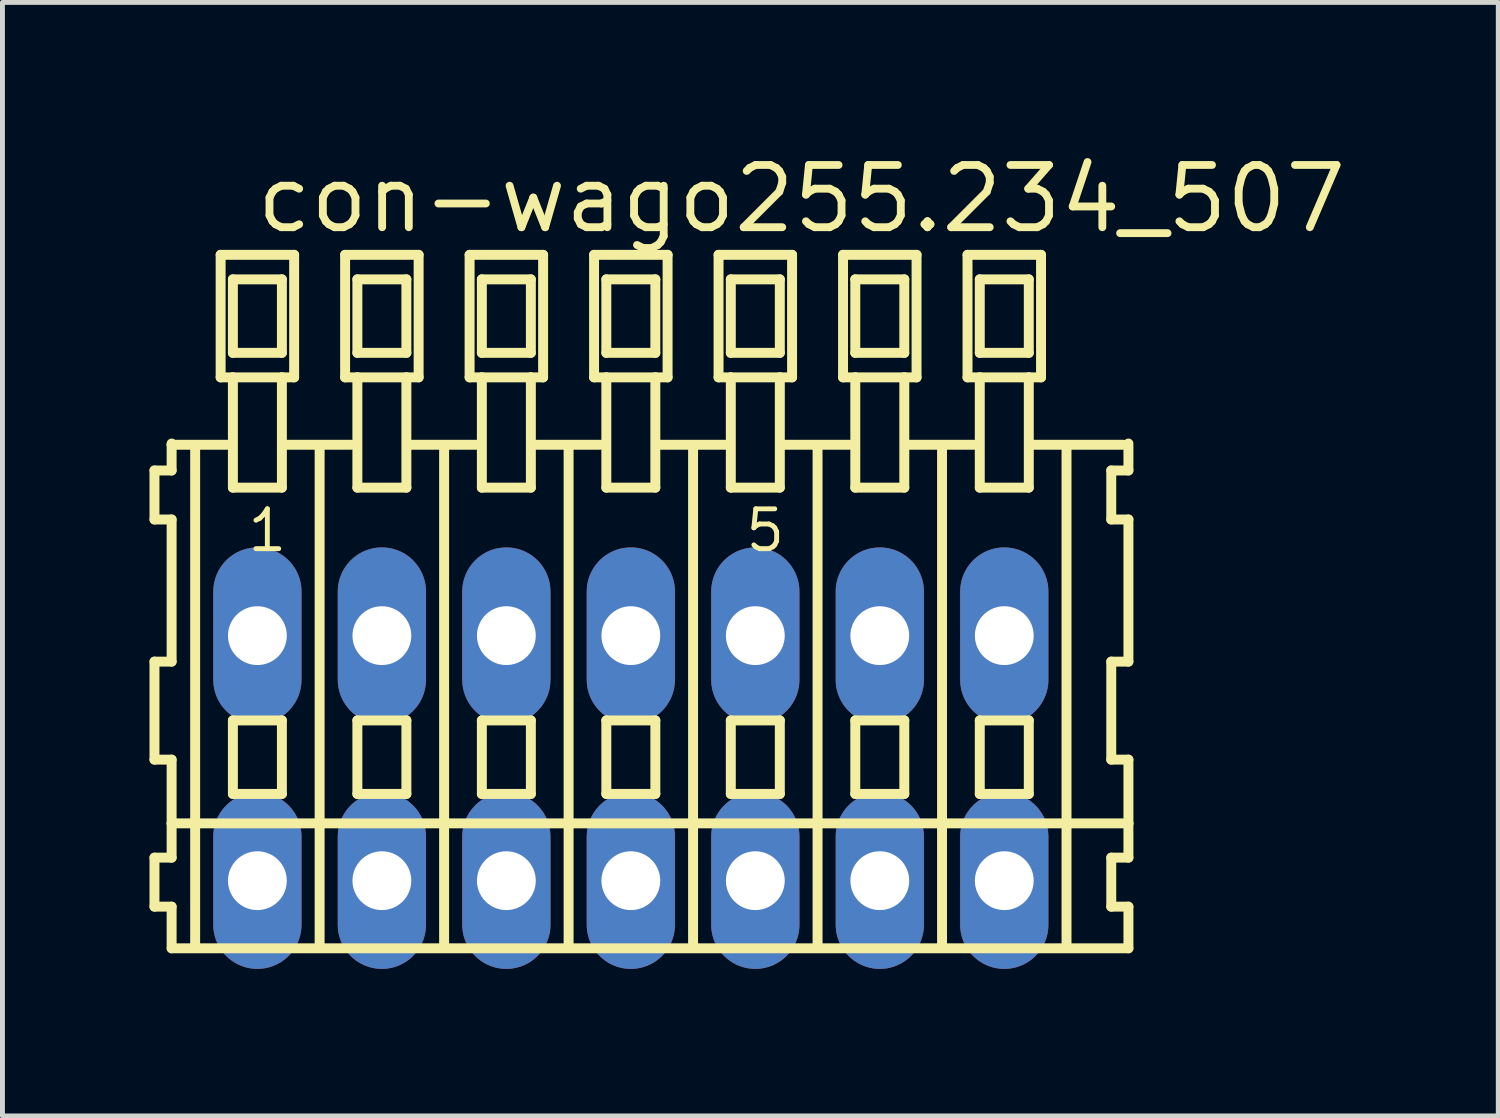
<source format=kicad_pcb>
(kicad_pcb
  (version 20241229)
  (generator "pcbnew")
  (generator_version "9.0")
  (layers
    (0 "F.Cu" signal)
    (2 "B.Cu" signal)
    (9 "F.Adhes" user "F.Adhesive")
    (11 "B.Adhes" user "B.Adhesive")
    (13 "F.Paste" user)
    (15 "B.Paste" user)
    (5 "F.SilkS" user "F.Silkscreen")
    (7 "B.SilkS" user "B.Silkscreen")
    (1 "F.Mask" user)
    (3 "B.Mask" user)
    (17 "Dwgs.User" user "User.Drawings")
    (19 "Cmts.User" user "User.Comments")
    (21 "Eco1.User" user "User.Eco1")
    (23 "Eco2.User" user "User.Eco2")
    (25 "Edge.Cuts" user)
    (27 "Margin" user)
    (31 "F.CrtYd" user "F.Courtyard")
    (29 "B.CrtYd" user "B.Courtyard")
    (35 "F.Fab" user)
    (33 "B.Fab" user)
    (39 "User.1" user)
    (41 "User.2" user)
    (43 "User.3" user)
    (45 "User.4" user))
  (footprint "con-wago255.234_507"
    (layer "F.Cu")
    (at 9.822 12.42)
    (property "Reference" "con-wago255.234_507" (at -7.72 -10.67 0) (layer "F.SilkS") (effects (font (size 1.27 1.27) (thickness 0.16)) (justify left bottom)))
    (attr through_hole)
    (fp_line (start -9.72 -5.87) (end -9.72 -4.87) (stroke (width 0.203) (type default)) (layer "F.SilkS"))
    (fp_line (start -9.72 -4.87) (end -9.37 -4.87) (stroke (width 0.203) (type default)) (layer "F.SilkS"))
    (fp_line (start -9.72 -1.97) (end -9.72 0.03) (stroke (width 0.203) (type default)) (layer "F.SilkS"))
    (fp_line (start -9.72 0.03) (end -9.37 0.03) (stroke (width 0.203) (type default)) (layer "F.SilkS"))
    (fp_line (start -9.72 2.03) (end -9.72 3.03) (stroke (width 0.203) (type default)) (layer "F.SilkS"))
    (fp_line (start -9.72 3.03) (end -9.37 3.03) (stroke (width 0.203) (type default)) (layer "F.SilkS"))
    (fp_line (start -9.37 -6.42) (end -9.37 -6.395) (stroke (width 0.203) (type default)) (layer "F.SilkS"))
    (fp_line (start -9.37 -6.395) (end -9.37 -5.87) (stroke (width 0.203) (type default)) (layer "F.SilkS"))
    (fp_line (start -9.37 -6.395) (end -8.245 -6.395) (stroke (width 0.203) (type default)) (layer "F.SilkS"))
    (fp_line (start -9.37 -5.87) (end -9.72 -5.87) (stroke (width 0.203) (type default)) (layer "F.SilkS"))
    (fp_line (start -9.37 -4.87) (end -9.37 -1.97) (stroke (width 0.203) (type default)) (layer "F.SilkS"))
    (fp_line (start -9.37 -1.97) (end -9.72 -1.97) (stroke (width 0.203) (type default)) (layer "F.SilkS"))
    (fp_line (start -9.37 0.03) (end -9.37 1.33) (stroke (width 0.203) (type default)) (layer "F.SilkS"))
    (fp_line (start -9.37 1.33) (end -9.37 2.03) (stroke (width 0.203) (type default)) (layer "F.SilkS"))
    (fp_line (start -9.37 1.33) (end 10.153 1.33) (stroke (width 0.203) (type default)) (layer "F.SilkS"))
    (fp_line (start -9.37 2.03) (end -9.72 2.03) (stroke (width 0.203) (type default)) (layer "F.SilkS"))
    (fp_line (start -9.37 3.03) (end -9.37 3.88) (stroke (width 0.203) (type default)) (layer "F.SilkS"))
    (fp_line (start -9.37 3.88) (end 10.153 3.88) (stroke (width 0.203) (type default)) (layer "F.SilkS"))
    (fp_line (start -8.89 3.83) (end -8.89 -6.33) (stroke (width 0.203) (type default)) (layer "F.SilkS"))
    (fp_line (start -8.37 -10.27) (end -8.37 -7.77) (stroke (width 0.203) (type default)) (layer "F.SilkS"))
    (fp_line (start -8.37 -7.77) (end -8.12 -7.77) (stroke (width 0.203) (type default)) (layer "F.SilkS"))
    (fp_line (start -8.12 -9.77) (end -8.12 -8.27) (stroke (width 0.203) (type default)) (layer "F.SilkS"))
    (fp_line (start -8.12 -8.27) (end -7.12 -8.27) (stroke (width 0.203) (type default)) (layer "F.SilkS"))
    (fp_line (start -8.12 -7.77) (end -8.12 -5.52) (stroke (width 0.203) (type default)) (layer "F.SilkS"))
    (fp_line (start -8.12 -7.77) (end -7.12 -7.77) (stroke (width 0.203) (type default)) (layer "F.SilkS"))
    (fp_line (start -8.12 -5.52) (end -7.12 -5.52) (stroke (width 0.203) (type default)) (layer "F.SilkS"))
    (fp_line (start -8.12 -0.77) (end -8.12 0.73) (stroke (width 0.203) (type default)) (layer "F.SilkS"))
    (fp_line (start -8.12 0.73) (end -7.12 0.73) (stroke (width 0.203) (type default)) (layer "F.SilkS"))
    (fp_line (start -7.12 -9.77) (end -8.12 -9.77) (stroke (width 0.203) (type default)) (layer "F.SilkS"))
    (fp_line (start -7.12 -8.27) (end -7.12 -9.77) (stroke (width 0.203) (type default)) (layer "F.SilkS"))
    (fp_line (start -7.12 -7.77) (end -6.87 -7.77) (stroke (width 0.203) (type default)) (layer "F.SilkS"))
    (fp_line (start -7.12 -5.52) (end -7.12 -7.77) (stroke (width 0.203) (type default)) (layer "F.SilkS"))
    (fp_line (start -7.12 -0.77) (end -8.12 -0.77) (stroke (width 0.203) (type default)) (layer "F.SilkS"))
    (fp_line (start -7.12 0.73) (end -7.12 -0.77) (stroke (width 0.203) (type default)) (layer "F.SilkS"))
    (fp_line (start -7.084 -6.395) (end -5.705 -6.395) (stroke (width 0.203) (type default)) (layer "F.SilkS"))
    (fp_line (start -6.87 -10.27) (end -8.37 -10.27) (stroke (width 0.203) (type default)) (layer "F.SilkS"))
    (fp_line (start -6.87 -7.77) (end -6.87 -10.27) (stroke (width 0.203) (type default)) (layer "F.SilkS"))
    (fp_line (start -6.35 3.83) (end -6.35 -6.33) (stroke (width 0.203) (type default)) (layer "F.SilkS"))
    (fp_line (start -5.83 -10.27) (end -5.83 -7.77) (stroke (width 0.203) (type default)) (layer "F.SilkS"))
    (fp_line (start -5.83 -7.77) (end -5.58 -7.77) (stroke (width 0.203) (type default)) (layer "F.SilkS"))
    (fp_line (start -5.58 -9.77) (end -5.58 -8.27) (stroke (width 0.203) (type default)) (layer "F.SilkS"))
    (fp_line (start -5.58 -8.27) (end -4.58 -8.27) (stroke (width 0.203) (type default)) (layer "F.SilkS"))
    (fp_line (start -5.58 -7.77) (end -5.58 -5.52) (stroke (width 0.203) (type default)) (layer "F.SilkS"))
    (fp_line (start -5.58 -7.77) (end -4.58 -7.77) (stroke (width 0.203) (type default)) (layer "F.SilkS"))
    (fp_line (start -5.58 -5.52) (end -4.58 -5.52) (stroke (width 0.203) (type default)) (layer "F.SilkS"))
    (fp_line (start -5.58 -0.77) (end -5.58 0.73) (stroke (width 0.203) (type default)) (layer "F.SilkS"))
    (fp_line (start -5.58 0.73) (end -4.58 0.73) (stroke (width 0.203) (type default)) (layer "F.SilkS"))
    (fp_line (start -4.58 -9.77) (end -5.58 -9.77) (stroke (width 0.203) (type default)) (layer "F.SilkS"))
    (fp_line (start -4.58 -8.27) (end -4.58 -9.77) (stroke (width 0.203) (type default)) (layer "F.SilkS"))
    (fp_line (start -4.58 -7.77) (end -4.33 -7.77) (stroke (width 0.203) (type default)) (layer "F.SilkS"))
    (fp_line (start -4.58 -5.52) (end -4.58 -7.77) (stroke (width 0.203) (type default)) (layer "F.SilkS"))
    (fp_line (start -4.58 -0.77) (end -5.58 -0.77) (stroke (width 0.203) (type default)) (layer "F.SilkS"))
    (fp_line (start -4.58 0.73) (end -4.58 -0.77) (stroke (width 0.203) (type default)) (layer "F.SilkS"))
    (fp_line (start -4.544 -6.395) (end -3.165 -6.395) (stroke (width 0.203) (type default)) (layer "F.SilkS"))
    (fp_line (start -4.33 -10.27) (end -5.83 -10.27) (stroke (width 0.203) (type default)) (layer "F.SilkS"))
    (fp_line (start -4.33 -7.77) (end -4.33 -10.27) (stroke (width 0.203) (type default)) (layer "F.SilkS"))
    (fp_line (start -3.81 3.83) (end -3.81 -6.33) (stroke (width 0.203) (type default)) (layer "F.SilkS"))
    (fp_line (start -3.29 -10.27) (end -3.29 -7.77) (stroke (width 0.203) (type default)) (layer "F.SilkS"))
    (fp_line (start -3.29 -7.77) (end -3.04 -7.77) (stroke (width 0.203) (type default)) (layer "F.SilkS"))
    (fp_line (start -3.04 -9.77) (end -3.04 -8.27) (stroke (width 0.203) (type default)) (layer "F.SilkS"))
    (fp_line (start -3.04 -8.27) (end -2.04 -8.27) (stroke (width 0.203) (type default)) (layer "F.SilkS"))
    (fp_line (start -3.04 -7.77) (end -3.04 -5.52) (stroke (width 0.203) (type default)) (layer "F.SilkS"))
    (fp_line (start -3.04 -7.77) (end -2.04 -7.77) (stroke (width 0.203) (type default)) (layer "F.SilkS"))
    (fp_line (start -3.04 -5.52) (end -2.04 -5.52) (stroke (width 0.203) (type default)) (layer "F.SilkS"))
    (fp_line (start -3.04 -0.77) (end -3.04 0.73) (stroke (width 0.203) (type default)) (layer "F.SilkS"))
    (fp_line (start -3.04 0.73) (end -2.04 0.73) (stroke (width 0.203) (type default)) (layer "F.SilkS"))
    (fp_line (start -2.04 -9.77) (end -3.04 -9.77) (stroke (width 0.203) (type default)) (layer "F.SilkS"))
    (fp_line (start -2.04 -8.27) (end -2.04 -9.77) (stroke (width 0.203) (type default)) (layer "F.SilkS"))
    (fp_line (start -2.04 -7.77) (end -1.79 -7.77) (stroke (width 0.203) (type default)) (layer "F.SilkS"))
    (fp_line (start -2.04 -5.52) (end -2.04 -7.77) (stroke (width 0.203) (type default)) (layer "F.SilkS"))
    (fp_line (start -2.04 -0.77) (end -3.04 -0.77) (stroke (width 0.203) (type default)) (layer "F.SilkS"))
    (fp_line (start -2.04 0.73) (end -2.04 -0.77) (stroke (width 0.203) (type default)) (layer "F.SilkS"))
    (fp_line (start -2.004 -6.395) (end -0.625 -6.395) (stroke (width 0.203) (type default)) (layer "F.SilkS"))
    (fp_line (start -1.79 -10.27) (end -3.29 -10.27) (stroke (width 0.203) (type default)) (layer "F.SilkS"))
    (fp_line (start -1.79 -7.77) (end -1.79 -10.27) (stroke (width 0.203) (type default)) (layer "F.SilkS"))
    (fp_line (start -1.27 3.83) (end -1.27 -6.33) (stroke (width 0.203) (type default)) (layer "F.SilkS"))
    (fp_line (start -0.75 -10.27) (end -0.75 -7.77) (stroke (width 0.203) (type default)) (layer "F.SilkS"))
    (fp_line (start -0.75 -7.77) (end -0.5 -7.77) (stroke (width 0.203) (type default)) (layer "F.SilkS"))
    (fp_line (start -0.5 -9.77) (end -0.5 -8.27) (stroke (width 0.203) (type default)) (layer "F.SilkS"))
    (fp_line (start -0.5 -8.27) (end 0.5 -8.27) (stroke (width 0.203) (type default)) (layer "F.SilkS"))
    (fp_line (start -0.5 -7.77) (end -0.5 -5.52) (stroke (width 0.203) (type default)) (layer "F.SilkS"))
    (fp_line (start -0.5 -7.77) (end 0.5 -7.77) (stroke (width 0.203) (type default)) (layer "F.SilkS"))
    (fp_line (start -0.5 -5.52) (end 0.5 -5.52) (stroke (width 0.203) (type default)) (layer "F.SilkS"))
    (fp_line (start -0.5 -0.77) (end -0.5 0.73) (stroke (width 0.203) (type default)) (layer "F.SilkS"))
    (fp_line (start -0.5 0.73) (end 0.5 0.73) (stroke (width 0.203) (type default)) (layer "F.SilkS"))
    (fp_line (start 0.5 -9.77) (end -0.5 -9.77) (stroke (width 0.203) (type default)) (layer "F.SilkS"))
    (fp_line (start 0.5 -8.27) (end 0.5 -9.77) (stroke (width 0.203) (type default)) (layer "F.SilkS"))
    (fp_line (start 0.5 -7.77) (end 0.75 -7.77) (stroke (width 0.203) (type default)) (layer "F.SilkS"))
    (fp_line (start 0.5 -5.52) (end 0.5 -7.77) (stroke (width 0.203) (type default)) (layer "F.SilkS"))
    (fp_line (start 0.5 -0.77) (end -0.5 -0.77) (stroke (width 0.203) (type default)) (layer "F.SilkS"))
    (fp_line (start 0.5 0.73) (end 0.5 -0.77) (stroke (width 0.203) (type default)) (layer "F.SilkS"))
    (fp_line (start 0.536 -6.395) (end 1.915 -6.395) (stroke (width 0.203) (type default)) (layer "F.SilkS"))
    (fp_line (start 0.75 -10.27) (end -0.75 -10.27) (stroke (width 0.203) (type default)) (layer "F.SilkS"))
    (fp_line (start 0.75 -7.77) (end 0.75 -10.27) (stroke (width 0.203) (type default)) (layer "F.SilkS"))
    (fp_line (start 1.27 3.83) (end 1.27 -6.33) (stroke (width 0.203) (type default)) (layer "F.SilkS"))
    (fp_line (start 1.79 -10.27) (end 1.79 -7.77) (stroke (width 0.203) (type default)) (layer "F.SilkS"))
    (fp_line (start 1.79 -7.77) (end 2.04 -7.77) (stroke (width 0.203) (type default)) (layer "F.SilkS"))
    (fp_line (start 2.04 -9.77) (end 2.04 -8.27) (stroke (width 0.203) (type default)) (layer "F.SilkS"))
    (fp_line (start 2.04 -8.27) (end 3.04 -8.27) (stroke (width 0.203) (type default)) (layer "F.SilkS"))
    (fp_line (start 2.04 -7.77) (end 2.04 -5.52) (stroke (width 0.203) (type default)) (layer "F.SilkS"))
    (fp_line (start 2.04 -7.77) (end 3.04 -7.77) (stroke (width 0.203) (type default)) (layer "F.SilkS"))
    (fp_line (start 2.04 -5.52) (end 3.04 -5.52) (stroke (width 0.203) (type default)) (layer "F.SilkS"))
    (fp_line (start 2.04 -0.77) (end 2.04 0.73) (stroke (width 0.203) (type default)) (layer "F.SilkS"))
    (fp_line (start 2.04 0.73) (end 3.04 0.73) (stroke (width 0.203) (type default)) (layer "F.SilkS"))
    (fp_line (start 3.04 -9.77) (end 2.04 -9.77) (stroke (width 0.203) (type default)) (layer "F.SilkS"))
    (fp_line (start 3.04 -8.27) (end 3.04 -9.77) (stroke (width 0.203) (type default)) (layer "F.SilkS"))
    (fp_line (start 3.04 -7.77) (end 3.29 -7.77) (stroke (width 0.203) (type default)) (layer "F.SilkS"))
    (fp_line (start 3.04 -5.52) (end 3.04 -7.77) (stroke (width 0.203) (type default)) (layer "F.SilkS"))
    (fp_line (start 3.04 -0.77) (end 2.04 -0.77) (stroke (width 0.203) (type default)) (layer "F.SilkS"))
    (fp_line (start 3.04 0.73) (end 3.04 -0.77) (stroke (width 0.203) (type default)) (layer "F.SilkS"))
    (fp_line (start 3.076 -6.395) (end 4.455 -6.395) (stroke (width 0.203) (type default)) (layer "F.SilkS"))
    (fp_line (start 3.29 -10.27) (end 1.79 -10.27) (stroke (width 0.203) (type default)) (layer "F.SilkS"))
    (fp_line (start 3.29 -7.77) (end 3.29 -10.27) (stroke (width 0.203) (type default)) (layer "F.SilkS"))
    (fp_line (start 3.81 3.83) (end 3.81 -6.33) (stroke (width 0.203) (type default)) (layer "F.SilkS"))
    (fp_line (start 4.33 -10.27) (end 4.33 -7.77) (stroke (width 0.203) (type default)) (layer "F.SilkS"))
    (fp_line (start 4.33 -7.77) (end 4.58 -7.77) (stroke (width 0.203) (type default)) (layer "F.SilkS"))
    (fp_line (start 4.58 -9.77) (end 4.58 -8.27) (stroke (width 0.203) (type default)) (layer "F.SilkS"))
    (fp_line (start 4.58 -8.27) (end 5.58 -8.27) (stroke (width 0.203) (type default)) (layer "F.SilkS"))
    (fp_line (start 4.58 -7.77) (end 4.58 -5.52) (stroke (width 0.203) (type default)) (layer "F.SilkS"))
    (fp_line (start 4.58 -7.77) (end 5.58 -7.77) (stroke (width 0.203) (type default)) (layer "F.SilkS"))
    (fp_line (start 4.58 -5.52) (end 5.58 -5.52) (stroke (width 0.203) (type default)) (layer "F.SilkS"))
    (fp_line (start 4.58 -0.77) (end 4.58 0.73) (stroke (width 0.203) (type default)) (layer "F.SilkS"))
    (fp_line (start 4.58 0.73) (end 5.58 0.73) (stroke (width 0.203) (type default)) (layer "F.SilkS"))
    (fp_line (start 5.58 -9.77) (end 4.58 -9.77) (stroke (width 0.203) (type default)) (layer "F.SilkS"))
    (fp_line (start 5.58 -8.27) (end 5.58 -9.77) (stroke (width 0.203) (type default)) (layer "F.SilkS"))
    (fp_line (start 5.58 -7.77) (end 5.83 -7.77) (stroke (width 0.203) (type default)) (layer "F.SilkS"))
    (fp_line (start 5.58 -5.52) (end 5.58 -7.77) (stroke (width 0.203) (type default)) (layer "F.SilkS"))
    (fp_line (start 5.58 -0.77) (end 4.58 -0.77) (stroke (width 0.203) (type default)) (layer "F.SilkS"))
    (fp_line (start 5.58 0.73) (end 5.58 -0.77) (stroke (width 0.203) (type default)) (layer "F.SilkS"))
    (fp_line (start 5.616 -6.395) (end 6.995 -6.395) (stroke (width 0.203) (type default)) (layer "F.SilkS"))
    (fp_line (start 5.83 -10.27) (end 4.33 -10.27) (stroke (width 0.203) (type default)) (layer "F.SilkS"))
    (fp_line (start 5.83 -7.77) (end 5.83 -10.27) (stroke (width 0.203) (type default)) (layer "F.SilkS"))
    (fp_line (start 6.35 3.83) (end 6.35 -6.33) (stroke (width 0.203) (type default)) (layer "F.SilkS"))
    (fp_line (start 6.87 -10.27) (end 6.87 -7.77) (stroke (width 0.203) (type default)) (layer "F.SilkS"))
    (fp_line (start 6.87 -7.77) (end 7.12 -7.77) (stroke (width 0.203) (type default)) (layer "F.SilkS"))
    (fp_line (start 7.12 -9.77) (end 7.12 -8.27) (stroke (width 0.203) (type default)) (layer "F.SilkS"))
    (fp_line (start 7.12 -8.27) (end 8.12 -8.27) (stroke (width 0.203) (type default)) (layer "F.SilkS"))
    (fp_line (start 7.12 -7.77) (end 7.12 -5.52) (stroke (width 0.203) (type default)) (layer "F.SilkS"))
    (fp_line (start 7.12 -7.77) (end 8.12 -7.77) (stroke (width 0.203) (type default)) (layer "F.SilkS"))
    (fp_line (start 7.12 -5.52) (end 8.12 -5.52) (stroke (width 0.203) (type default)) (layer "F.SilkS"))
    (fp_line (start 7.12 -0.77) (end 7.12 0.73) (stroke (width 0.203) (type default)) (layer "F.SilkS"))
    (fp_line (start 7.12 0.73) (end 8.12 0.73) (stroke (width 0.203) (type default)) (layer "F.SilkS"))
    (fp_line (start 8.12 -9.77) (end 7.12 -9.77) (stroke (width 0.203) (type default)) (layer "F.SilkS"))
    (fp_line (start 8.12 -8.27) (end 8.12 -9.77) (stroke (width 0.203) (type default)) (layer "F.SilkS"))
    (fp_line (start 8.12 -7.77) (end 8.37 -7.77) (stroke (width 0.203) (type default)) (layer "F.SilkS"))
    (fp_line (start 8.12 -5.52) (end 8.12 -7.77) (stroke (width 0.203) (type default)) (layer "F.SilkS"))
    (fp_line (start 8.12 -0.77) (end 7.12 -0.77) (stroke (width 0.203) (type default)) (layer "F.SilkS"))
    (fp_line (start 8.12 0.73) (end 8.12 -0.77) (stroke (width 0.203) (type default)) (layer "F.SilkS"))
    (fp_line (start 8.156 -6.395) (end 10.043 -6.395) (stroke (width 0.203) (type default)) (layer "F.SilkS"))
    (fp_line (start 8.37 -10.27) (end 6.87 -10.27) (stroke (width 0.203) (type default)) (layer "F.SilkS"))
    (fp_line (start 8.37 -7.77) (end 8.37 -10.27) (stroke (width 0.203) (type default)) (layer "F.SilkS"))
    (fp_line (start 8.89 3.83) (end 8.89 -6.33) (stroke (width 0.203) (type default)) (layer "F.SilkS"))
    (fp_line (start 9.803 -5.87) (end 9.803 -4.87) (stroke (width 0.203) (type default)) (layer "F.SilkS"))
    (fp_line (start 9.803 -4.87) (end 10.153 -4.87) (stroke (width 0.203) (type default)) (layer "F.SilkS"))
    (fp_line (start 9.803 -1.97) (end 9.803 0.03) (stroke (width 0.203) (type default)) (layer "F.SilkS"))
    (fp_line (start 9.803 0.03) (end 10.153 0.03) (stroke (width 0.203) (type default)) (layer "F.SilkS"))
    (fp_line (start 9.803 2.03) (end 9.803 3.03) (stroke (width 0.203) (type default)) (layer "F.SilkS"))
    (fp_line (start 9.803 3.03) (end 10.153 3.03) (stroke (width 0.203) (type default)) (layer "F.SilkS"))
    (fp_line (start 10.153 -5.87) (end 9.803 -5.87) (stroke (width 0.203) (type default)) (layer "F.SilkS"))
    (fp_line (start 10.153 -5.87) (end 10.153 -6.42) (stroke (width 0.203) (type default)) (layer "F.SilkS"))
    (fp_line (start 10.153 -1.97) (end 9.803 -1.97) (stroke (width 0.203) (type default)) (layer "F.SilkS"))
    (fp_line (start 10.153 -1.97) (end 10.153 -4.87) (stroke (width 0.203) (type default)) (layer "F.SilkS"))
    (fp_line (start 10.153 1.33) (end 10.153 0.03) (stroke (width 0.203) (type default)) (layer "F.SilkS"))
    (fp_line (start 10.153 2.03) (end 9.803 2.03) (stroke (width 0.203) (type default)) (layer "F.SilkS"))
    (fp_line (start 10.153 2.03) (end 10.153 1.33) (stroke (width 0.203) (type default)) (layer "F.SilkS"))
    (fp_line (start 10.153 3.88) (end 10.153 3.03) (stroke (width 0.203) (type default)) (layer "F.SilkS"))
    (fp_text user "1" (at -7.87 -4.17 0) (layer "F.SilkS") (effects (font (size 0.813 0.813) (thickness 0.1)) (justify left bottom)))
    (fp_text user "5" (at 2.29 -4.17 0) (layer "F.SilkS") (effects (font (size 0.813 0.813) (thickness 0.1)) (justify left bottom)))
    (pad "A1" thru_hole oval (at -7.62 -2.5 90) (size 3.6 1.8) (drill 1.2) (layers "*.Cu" "*.Mask"))
    (pad "A2" thru_hole oval (at -5.08 -2.5 90) (size 3.6 1.8) (drill 1.2) (layers "*.Cu" "*.Mask"))
    (pad "A3" thru_hole oval (at -2.54 -2.5 90) (size 3.6 1.8) (drill 1.2) (layers "*.Cu" "*.Mask"))
    (pad "A4" thru_hole oval (at 0 -2.5 90) (size 3.6 1.8) (drill 1.2) (layers "*.Cu" "*.Mask"))
    (pad "A5" thru_hole oval (at 2.54 -2.5 90) (size 3.6 1.8) (drill 1.2) (layers "*.Cu" "*.Mask"))
    (pad "A6" thru_hole oval (at 5.08 -2.5 90) (size 3.6 1.8) (drill 1.2) (layers "*.Cu" "*.Mask"))
    (pad "A7" thru_hole oval (at 7.62 -2.5 90) (size 3.6 1.8) (drill 1.2) (layers "*.Cu" "*.Mask"))
    (pad "B1" thru_hole oval (at -7.62 2.5 90) (size 3.6 1.8) (drill 1.2) (layers "*.Cu" "*.Mask"))
    (pad "B2" thru_hole oval (at -5.08 2.5 90) (size 3.6 1.8) (drill 1.2) (layers "*.Cu" "*.Mask"))
    (pad "B3" thru_hole oval (at -2.54 2.5 90) (size 3.6 1.8) (drill 1.2) (layers "*.Cu" "*.Mask"))
    (pad "B4" thru_hole oval (at 0 2.5 90) (size 3.6 1.8) (drill 1.2) (layers "*.Cu" "*.Mask"))
    (pad "B5" thru_hole oval (at 2.54 2.5 90) (size 3.6 1.8) (drill 1.2) (layers "*.Cu" "*.Mask"))
    (pad "B6" thru_hole oval (at 5.08 2.5 90) (size 3.6 1.8) (drill 1.2) (layers "*.Cu" "*.Mask"))
    (pad "B7" thru_hole oval (at 7.62 2.5 90) (size 3.6 1.8) (drill 1.2) (layers "*.Cu" "*.Mask")))
  (gr_rect
    (start -3 -3)
    (end 27.522 19.72)
    (stroke (width 0.1) (type default))
    (fill no)
    (layer "Edge.Cuts")))
</source>
